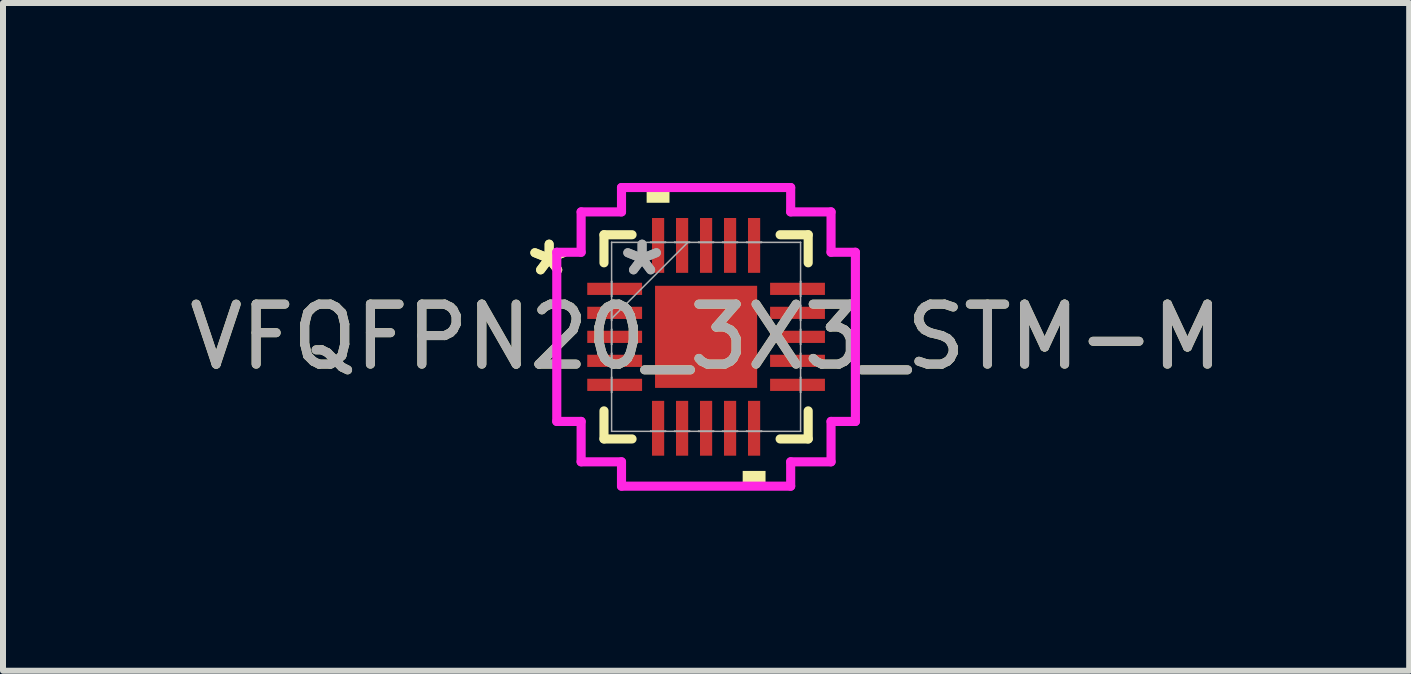
<source format=kicad_pcb>
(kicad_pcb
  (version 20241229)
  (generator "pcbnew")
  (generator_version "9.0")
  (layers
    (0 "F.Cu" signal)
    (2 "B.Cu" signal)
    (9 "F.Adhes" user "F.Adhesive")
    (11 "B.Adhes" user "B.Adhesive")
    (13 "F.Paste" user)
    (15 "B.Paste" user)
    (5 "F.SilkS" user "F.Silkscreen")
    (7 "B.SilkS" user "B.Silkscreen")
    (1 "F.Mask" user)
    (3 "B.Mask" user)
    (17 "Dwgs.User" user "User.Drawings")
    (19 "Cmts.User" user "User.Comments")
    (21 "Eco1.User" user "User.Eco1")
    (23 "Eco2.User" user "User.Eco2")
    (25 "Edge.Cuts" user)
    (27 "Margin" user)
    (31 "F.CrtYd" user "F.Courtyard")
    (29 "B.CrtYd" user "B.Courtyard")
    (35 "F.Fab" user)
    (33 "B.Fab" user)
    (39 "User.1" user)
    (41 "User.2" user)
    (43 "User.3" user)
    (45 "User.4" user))
  (footprint "VFQFPN20_3X3_STM-M"
    (layer "F.Cu")
    (at 8.72 2.565)
    (property "Reference" "VFQFPN20_3X3_STM-M" (at 0 0 0) (unlocked yes) (layer "F.SilkS") (effects (font (size 1 1) (thickness 0.15))))
    (attr smd)
    (fp_line (start -1.702 -1.702) (end -1.702 -1.234) (stroke (width 0.152) (type solid)) (layer "F.SilkS"))
    (fp_line (start -1.702 1.234) (end -1.702 1.702) (stroke (width 0.152) (type solid)) (layer "F.SilkS"))
    (fp_line (start -1.702 1.702) (end -1.234 1.702) (stroke (width 0.152) (type solid)) (layer "F.SilkS"))
    (fp_line (start -1.234 -1.702) (end -1.702 -1.702) (stroke (width 0.152) (type solid)) (layer "F.SilkS"))
    (fp_line (start 1.234 1.702) (end 1.702 1.702) (stroke (width 0.152) (type solid)) (layer "F.SilkS"))
    (fp_line (start 1.702 -1.702) (end 1.234 -1.702) (stroke (width 0.152) (type solid)) (layer "F.SilkS"))
    (fp_line (start 1.702 -1.234) (end 1.702 -1.702) (stroke (width 0.152) (type solid)) (layer "F.SilkS"))
    (fp_line (start 1.702 1.702) (end 1.702 1.234) (stroke (width 0.152) (type solid)) (layer "F.SilkS"))
    (fp_poly (pts (xy -0.991 -2.235) (xy -0.991 -2.489) (xy -0.61 -2.489) (xy -0.61 -2.235)) (stroke (width 0) (type solid)) (fill yes) (layer "F.SilkS"))
    (fp_poly (pts (xy 0.61 2.235) (xy 0.61 2.489) (xy 0.991 2.489) (xy 0.991 2.235)) (stroke (width 0) (type solid)) (fill yes) (layer "F.SilkS"))
    (fp_line (start -2.489 -1.41) (end -2.083 -1.41) (stroke (width 0.152) (type solid)) (layer "F.CrtYd"))
    (fp_line (start -2.489 1.41) (end -2.489 -1.41) (stroke (width 0.152) (type solid)) (layer "F.CrtYd"))
    (fp_line (start -2.083 -2.083) (end -1.41 -2.083) (stroke (width 0.152) (type solid)) (layer "F.CrtYd"))
    (fp_line (start -2.083 -1.41) (end -2.083 -2.083) (stroke (width 0.152) (type solid)) (layer "F.CrtYd"))
    (fp_line (start -2.083 1.41) (end -2.489 1.41) (stroke (width 0.152) (type solid)) (layer "F.CrtYd"))
    (fp_line (start -2.083 2.083) (end -2.083 1.41) (stroke (width 0.152) (type solid)) (layer "F.CrtYd"))
    (fp_line (start -1.41 -2.489) (end 1.41 -2.489) (stroke (width 0.152) (type solid)) (layer "F.CrtYd"))
    (fp_line (start -1.41 -2.083) (end -1.41 -2.489) (stroke (width 0.152) (type solid)) (layer "F.CrtYd"))
    (fp_line (start -1.41 2.083) (end -2.083 2.083) (stroke (width 0.152) (type solid)) (layer "F.CrtYd"))
    (fp_line (start -1.41 2.489) (end -1.41 2.083) (stroke (width 0.152) (type solid)) (layer "F.CrtYd"))
    (fp_line (start 1.41 -2.489) (end 1.41 -2.083) (stroke (width 0.152) (type solid)) (layer "F.CrtYd"))
    (fp_line (start 1.41 -2.083) (end 2.083 -2.083) (stroke (width 0.152) (type solid)) (layer "F.CrtYd"))
    (fp_line (start 1.41 2.083) (end 1.41 2.489) (stroke (width 0.152) (type solid)) (layer "F.CrtYd"))
    (fp_line (start 1.41 2.489) (end -1.41 2.489) (stroke (width 0.152) (type solid)) (layer "F.CrtYd"))
    (fp_line (start 2.083 -2.083) (end 2.083 -1.41) (stroke (width 0.152) (type solid)) (layer "F.CrtYd"))
    (fp_line (start 2.083 -1.41) (end 2.489 -1.41) (stroke (width 0.152) (type solid)) (layer "F.CrtYd"))
    (fp_line (start 2.083 1.41) (end 2.083 2.083) (stroke (width 0.152) (type solid)) (layer "F.CrtYd"))
    (fp_line (start 2.083 2.083) (end 1.41 2.083) (stroke (width 0.152) (type solid)) (layer "F.CrtYd"))
    (fp_line (start 2.489 -1.41) (end 2.489 1.41) (stroke (width 0.152) (type solid)) (layer "F.CrtYd"))
    (fp_line (start 2.489 1.41) (end 2.083 1.41) (stroke (width 0.152) (type solid)) (layer "F.CrtYd"))
    (fp_line (start -1.575 -1.575) (end -1.575 -1.575) (stroke (width 0.025) (type solid)) (layer "F.Fab"))
    (fp_line (start -1.575 -1.575) (end -1.575 1.575) (stroke (width 0.025) (type solid)) (layer "F.Fab"))
    (fp_line (start -1.575 -0.927) (end -1.575 -0.927) (stroke (width 0.025) (type solid)) (layer "F.Fab"))
    (fp_line (start -1.575 -0.927) (end -1.575 -0.673) (stroke (width 0.025) (type solid)) (layer "F.Fab"))
    (fp_line (start -1.575 -0.673) (end -1.575 -0.927) (stroke (width 0.025) (type solid)) (layer "F.Fab"))
    (fp_line (start -1.575 -0.673) (end -1.575 -0.673) (stroke (width 0.025) (type solid)) (layer "F.Fab"))
    (fp_line (start -1.575 -0.527) (end -1.575 -0.527) (stroke (width 0.025) (type solid)) (layer "F.Fab"))
    (fp_line (start -1.575 -0.527) (end -1.575 -0.273) (stroke (width 0.025) (type solid)) (layer "F.Fab"))
    (fp_line (start -1.575 -0.305) (end -0.305 -1.575) (stroke (width 0.025) (type solid)) (layer "F.Fab"))
    (fp_line (start -1.575 -0.273) (end -1.575 -0.527) (stroke (width 0.025) (type solid)) (layer "F.Fab"))
    (fp_line (start -1.575 -0.273) (end -1.575 -0.273) (stroke (width 0.025) (type solid)) (layer "F.Fab"))
    (fp_line (start -1.575 -0.127) (end -1.575 -0.127) (stroke (width 0.025) (type solid)) (layer "F.Fab"))
    (fp_line (start -1.575 -0.127) (end -1.575 0.127) (stroke (width 0.025) (type solid)) (layer "F.Fab"))
    (fp_line (start -1.575 0.127) (end -1.575 -0.127) (stroke (width 0.025) (type solid)) (layer "F.Fab"))
    (fp_line (start -1.575 0.127) (end -1.575 0.127) (stroke (width 0.025) (type solid)) (layer "F.Fab"))
    (fp_line (start -1.575 0.273) (end -1.575 0.273) (stroke (width 0.025) (type solid)) (layer "F.Fab"))
    (fp_line (start -1.575 0.273) (end -1.575 0.527) (stroke (width 0.025) (type solid)) (layer "F.Fab"))
    (fp_line (start -1.575 0.527) (end -1.575 0.273) (stroke (width 0.025) (type solid)) (layer "F.Fab"))
    (fp_line (start -1.575 0.527) (end -1.575 0.527) (stroke (width 0.025) (type solid)) (layer "F.Fab"))
    (fp_line (start -1.575 0.673) (end -1.575 0.673) (stroke (width 0.025) (type solid)) (layer "F.Fab"))
    (fp_line (start -1.575 0.673) (end -1.575 0.927) (stroke (width 0.025) (type solid)) (layer "F.Fab"))
    (fp_line (start -1.575 0.927) (end -1.575 0.673) (stroke (width 0.025) (type solid)) (layer "F.Fab"))
    (fp_line (start -1.575 0.927) (end -1.575 0.927) (stroke (width 0.025) (type solid)) (layer "F.Fab"))
    (fp_line (start -1.575 1.575) (end -1.575 1.575) (stroke (width 0.025) (type solid)) (layer "F.Fab"))
    (fp_line (start -1.575 1.575) (end 1.575 1.575) (stroke (width 0.025) (type solid)) (layer "F.Fab"))
    (fp_line (start -0.927 -1.575) (end -0.927 -1.575) (stroke (width 0.025) (type solid)) (layer "F.Fab"))
    (fp_line (start -0.927 -1.575) (end -0.673 -1.575) (stroke (width 0.025) (type solid)) (layer "F.Fab"))
    (fp_line (start -0.927 1.575) (end -0.927 1.575) (stroke (width 0.025) (type solid)) (layer "F.Fab"))
    (fp_line (start -0.927 1.575) (end -0.673 1.575) (stroke (width 0.025) (type solid)) (layer "F.Fab"))
    (fp_line (start -0.673 -1.575) (end -0.927 -1.575) (stroke (width 0.025) (type solid)) (layer "F.Fab"))
    (fp_line (start -0.673 -1.575) (end -0.673 -1.575) (stroke (width 0.025) (type solid)) (layer "F.Fab"))
    (fp_line (start -0.673 1.575) (end -0.927 1.575) (stroke (width 0.025) (type solid)) (layer "F.Fab"))
    (fp_line (start -0.673 1.575) (end -0.673 1.575) (stroke (width 0.025) (type solid)) (layer "F.Fab"))
    (fp_line (start -0.527 -1.575) (end -0.527 -1.575) (stroke (width 0.025) (type solid)) (layer "F.Fab"))
    (fp_line (start -0.527 -1.575) (end -0.273 -1.575) (stroke (width 0.025) (type solid)) (layer "F.Fab"))
    (fp_line (start -0.527 1.575) (end -0.527 1.575) (stroke (width 0.025) (type solid)) (layer "F.Fab"))
    (fp_line (start -0.527 1.575) (end -0.273 1.575) (stroke (width 0.025) (type solid)) (layer "F.Fab"))
    (fp_line (start -0.273 -1.575) (end -0.527 -1.575) (stroke (width 0.025) (type solid)) (layer "F.Fab"))
    (fp_line (start -0.273 -1.575) (end -0.273 -1.575) (stroke (width 0.025) (type solid)) (layer "F.Fab"))
    (fp_line (start -0.273 1.575) (end -0.527 1.575) (stroke (width 0.025) (type solid)) (layer "F.Fab"))
    (fp_line (start -0.273 1.575) (end -0.273 1.575) (stroke (width 0.025) (type solid)) (layer "F.Fab"))
    (fp_line (start -0.127 -1.575) (end -0.127 -1.575) (stroke (width 0.025) (type solid)) (layer "F.Fab"))
    (fp_line (start -0.127 -1.575) (end 0.127 -1.575) (stroke (width 0.025) (type solid)) (layer "F.Fab"))
    (fp_line (start -0.127 1.575) (end -0.127 1.575) (stroke (width 0.025) (type solid)) (layer "F.Fab"))
    (fp_line (start -0.127 1.575) (end 0.127 1.575) (stroke (width 0.025) (type solid)) (layer "F.Fab"))
    (fp_line (start 0.127 -1.575) (end -0.127 -1.575) (stroke (width 0.025) (type solid)) (layer "F.Fab"))
    (fp_line (start 0.127 -1.575) (end 0.127 -1.575) (stroke (width 0.025) (type solid)) (layer "F.Fab"))
    (fp_line (start 0.127 1.575) (end -0.127 1.575) (stroke (width 0.025) (type solid)) (layer "F.Fab"))
    (fp_line (start 0.127 1.575) (end 0.127 1.575) (stroke (width 0.025) (type solid)) (layer "F.Fab"))
    (fp_line (start 0.273 -1.575) (end 0.273 -1.575) (stroke (width 0.025) (type solid)) (layer "F.Fab"))
    (fp_line (start 0.273 -1.575) (end 0.527 -1.575) (stroke (width 0.025) (type solid)) (layer "F.Fab"))
    (fp_line (start 0.273 1.575) (end 0.273 1.575) (stroke (width 0.025) (type solid)) (layer "F.Fab"))
    (fp_line (start 0.273 1.575) (end 0.527 1.575) (stroke (width 0.025) (type solid)) (layer "F.Fab"))
    (fp_line (start 0.527 -1.575) (end 0.273 -1.575) (stroke (width 0.025) (type solid)) (layer "F.Fab"))
    (fp_line (start 0.527 -1.575) (end 0.527 -1.575) (stroke (width 0.025) (type solid)) (layer "F.Fab"))
    (fp_line (start 0.527 1.575) (end 0.273 1.575) (stroke (width 0.025) (type solid)) (layer "F.Fab"))
    (fp_line (start 0.527 1.575) (end 0.527 1.575) (stroke (width 0.025) (type solid)) (layer "F.Fab"))
    (fp_line (start 0.673 -1.575) (end 0.673 -1.575) (stroke (width 0.025) (type solid)) (layer "F.Fab"))
    (fp_line (start 0.673 -1.575) (end 0.927 -1.575) (stroke (width 0.025) (type solid)) (layer "F.Fab"))
    (fp_line (start 0.673 1.575) (end 0.673 1.575) (stroke (width 0.025) (type solid)) (layer "F.Fab"))
    (fp_line (start 0.673 1.575) (end 0.927 1.575) (stroke (width 0.025) (type solid)) (layer "F.Fab"))
    (fp_line (start 0.927 -1.575) (end 0.673 -1.575) (stroke (width 0.025) (type solid)) (layer "F.Fab"))
    (fp_line (start 0.927 -1.575) (end 0.927 -1.575) (stroke (width 0.025) (type solid)) (layer "F.Fab"))
    (fp_line (start 0.927 1.575) (end 0.673 1.575) (stroke (width 0.025) (type solid)) (layer "F.Fab"))
    (fp_line (start 0.927 1.575) (end 0.927 1.575) (stroke (width 0.025) (type solid)) (layer "F.Fab"))
    (fp_line (start 1.575 -1.575) (end -1.575 -1.575) (stroke (width 0.025) (type solid)) (layer "F.Fab"))
    (fp_line (start 1.575 -1.575) (end 1.575 -1.575) (stroke (width 0.025) (type solid)) (layer "F.Fab"))
    (fp_line (start 1.575 -0.927) (end 1.575 -0.927) (stroke (width 0.025) (type solid)) (layer "F.Fab"))
    (fp_line (start 1.575 -0.927) (end 1.575 -0.673) (stroke (width 0.025) (type solid)) (layer "F.Fab"))
    (fp_line (start 1.575 -0.673) (end 1.575 -0.927) (stroke (width 0.025) (type solid)) (layer "F.Fab"))
    (fp_line (start 1.575 -0.673) (end 1.575 -0.673) (stroke (width 0.025) (type solid)) (layer "F.Fab"))
    (fp_line (start 1.575 -0.527) (end 1.575 -0.527) (stroke (width 0.025) (type solid)) (layer "F.Fab"))
    (fp_line (start 1.575 -0.527) (end 1.575 -0.273) (stroke (width 0.025) (type solid)) (layer "F.Fab"))
    (fp_line (start 1.575 -0.273) (end 1.575 -0.527) (stroke (width 0.025) (type solid)) (layer "F.Fab"))
    (fp_line (start 1.575 -0.273) (end 1.575 -0.273) (stroke (width 0.025) (type solid)) (layer "F.Fab"))
    (fp_line (start 1.575 -0.127) (end 1.575 -0.127) (stroke (width 0.025) (type solid)) (layer "F.Fab"))
    (fp_line (start 1.575 -0.127) (end 1.575 0.127) (stroke (width 0.025) (type solid)) (layer "F.Fab"))
    (fp_line (start 1.575 0.127) (end 1.575 -0.127) (stroke (width 0.025) (type solid)) (layer "F.Fab"))
    (fp_line (start 1.575 0.127) (end 1.575 0.127) (stroke (width 0.025) (type solid)) (layer "F.Fab"))
    (fp_line (start 1.575 0.273) (end 1.575 0.273) (stroke (width 0.025) (type solid)) (layer "F.Fab"))
    (fp_line (start 1.575 0.273) (end 1.575 0.527) (stroke (width 0.025) (type solid)) (layer "F.Fab"))
    (fp_line (start 1.575 0.527) (end 1.575 0.273) (stroke (width 0.025) (type solid)) (layer "F.Fab"))
    (fp_line (start 1.575 0.527) (end 1.575 0.527) (stroke (width 0.025) (type solid)) (layer "F.Fab"))
    (fp_line (start 1.575 0.673) (end 1.575 0.673) (stroke (width 0.025) (type solid)) (layer "F.Fab"))
    (fp_line (start 1.575 0.673) (end 1.575 0.927) (stroke (width 0.025) (type solid)) (layer "F.Fab"))
    (fp_line (start 1.575 0.927) (end 1.575 0.673) (stroke (width 0.025) (type solid)) (layer "F.Fab"))
    (fp_line (start 1.575 0.927) (end 1.575 0.927) (stroke (width 0.025) (type solid)) (layer "F.Fab"))
    (fp_line (start 1.575 1.575) (end 1.575 -1.575) (stroke (width 0.025) (type solid)) (layer "F.Fab"))
    (fp_line (start 1.575 1.575) (end 1.575 1.575) (stroke (width 0.025) (type solid)) (layer "F.Fab"))
    (fp_text user "*" (at -2.616 -1 0) (layer "F.SilkS") (effects (font (size 1 1) (thickness 0.15))))
    (fp_text user "*" (at -2.616 -1 0) (unlocked yes) (layer "F.SilkS") (effects (font (size 1 1) (thickness 0.15))))
    (fp_text user "*" (at -1.067 -1 0) (unlocked yes) (layer "F.Fab") (effects (font (size 1 1) (thickness 0.15))))
    (fp_text user "${REFERENCE}" (at 0 0 0) (unlocked yes) (layer "F.Fab") (effects (font (size 1 1) (thickness 0.15))))
    (fp_text user "*" (at -1.067 -1 0) (layer "F.Fab") (effects (font (size 1 1) (thickness 0.15))))
    (pad "1" smd rect (at -1.524 -0.8 90) (size 0.203 0.914) (layers "F.Cu" "F.Mask" "F.Paste"))
    (pad "2" smd rect (at -1.524 -0.4 90) (size 0.203 0.914) (layers "F.Cu" "F.Mask" "F.Paste"))
    (pad "3" smd rect (at -1.524 0 90) (size 0.203 0.914) (layers "F.Cu" "F.Mask" "F.Paste"))
    (pad "4" smd rect (at -1.524 0.4 90) (size 0.203 0.914) (layers "F.Cu" "F.Mask" "F.Paste"))
    (pad "5" smd rect (at -1.524 0.8 90) (size 0.203 0.914) (layers "F.Cu" "F.Mask" "F.Paste"))
    (pad "6" smd rect (at -0.8 1.524) (size 0.203 0.914) (layers "F.Cu" "F.Mask" "F.Paste"))
    (pad "7" smd rect (at -0.4 1.524) (size 0.203 0.914) (layers "F.Cu" "F.Mask" "F.Paste"))
    (pad "8" smd rect (at 0 1.524) (size 0.203 0.914) (layers "F.Cu" "F.Mask" "F.Paste"))
    (pad "9" smd rect (at 0.4 1.524) (size 0.203 0.914) (layers "F.Cu" "F.Mask" "F.Paste"))
    (pad "10" smd rect (at 0.8 1.524) (size 0.203 0.914) (layers "F.Cu" "F.Mask" "F.Paste"))
    (pad "11" smd rect (at 1.524 0.8 90) (size 0.203 0.914) (layers "F.Cu" "F.Mask" "F.Paste"))
    (pad "12" smd rect (at 1.524 0.4 90) (size 0.203 0.914) (layers "F.Cu" "F.Mask" "F.Paste"))
    (pad "13" smd rect (at 1.524 0 90) (size 0.203 0.914) (layers "F.Cu" "F.Mask" "F.Paste"))
    (pad "14" smd rect (at 1.524 -0.4 90) (size 0.203 0.914) (layers "F.Cu" "F.Mask" "F.Paste"))
    (pad "15" smd rect (at 1.524 -0.8 90) (size 0.203 0.914) (layers "F.Cu" "F.Mask" "F.Paste"))
    (pad "16" smd rect (at 0.8 -1.524) (size 0.203 0.914) (layers "F.Cu" "F.Mask" "F.Paste"))
    (pad "17" smd rect (at 0.4 -1.524) (size 0.203 0.914) (layers "F.Cu" "F.Mask" "F.Paste"))
    (pad "18" smd rect (at 0 -1.524) (size 0.203 0.914) (layers "F.Cu" "F.Mask" "F.Paste"))
    (pad "19" smd rect (at -0.4 -1.524) (size 0.203 0.914) (layers "F.Cu" "F.Mask" "F.Paste"))
    (pad "20" smd rect (at -0.8 -1.524) (size 0.203 0.914) (layers "F.Cu" "F.Mask" "F.Paste"))
    (pad "21" smd rect (at 0 0) (size 1.702 1.702) (layers "F.Cu" "F.Mask" "F.Paste")))
  (gr_rect
    (start -3 -3)
    (end 20.44 8.131)
    (stroke (width 0.1) (type default))
    (fill no)
    (layer "Edge.Cuts")))
</source>
